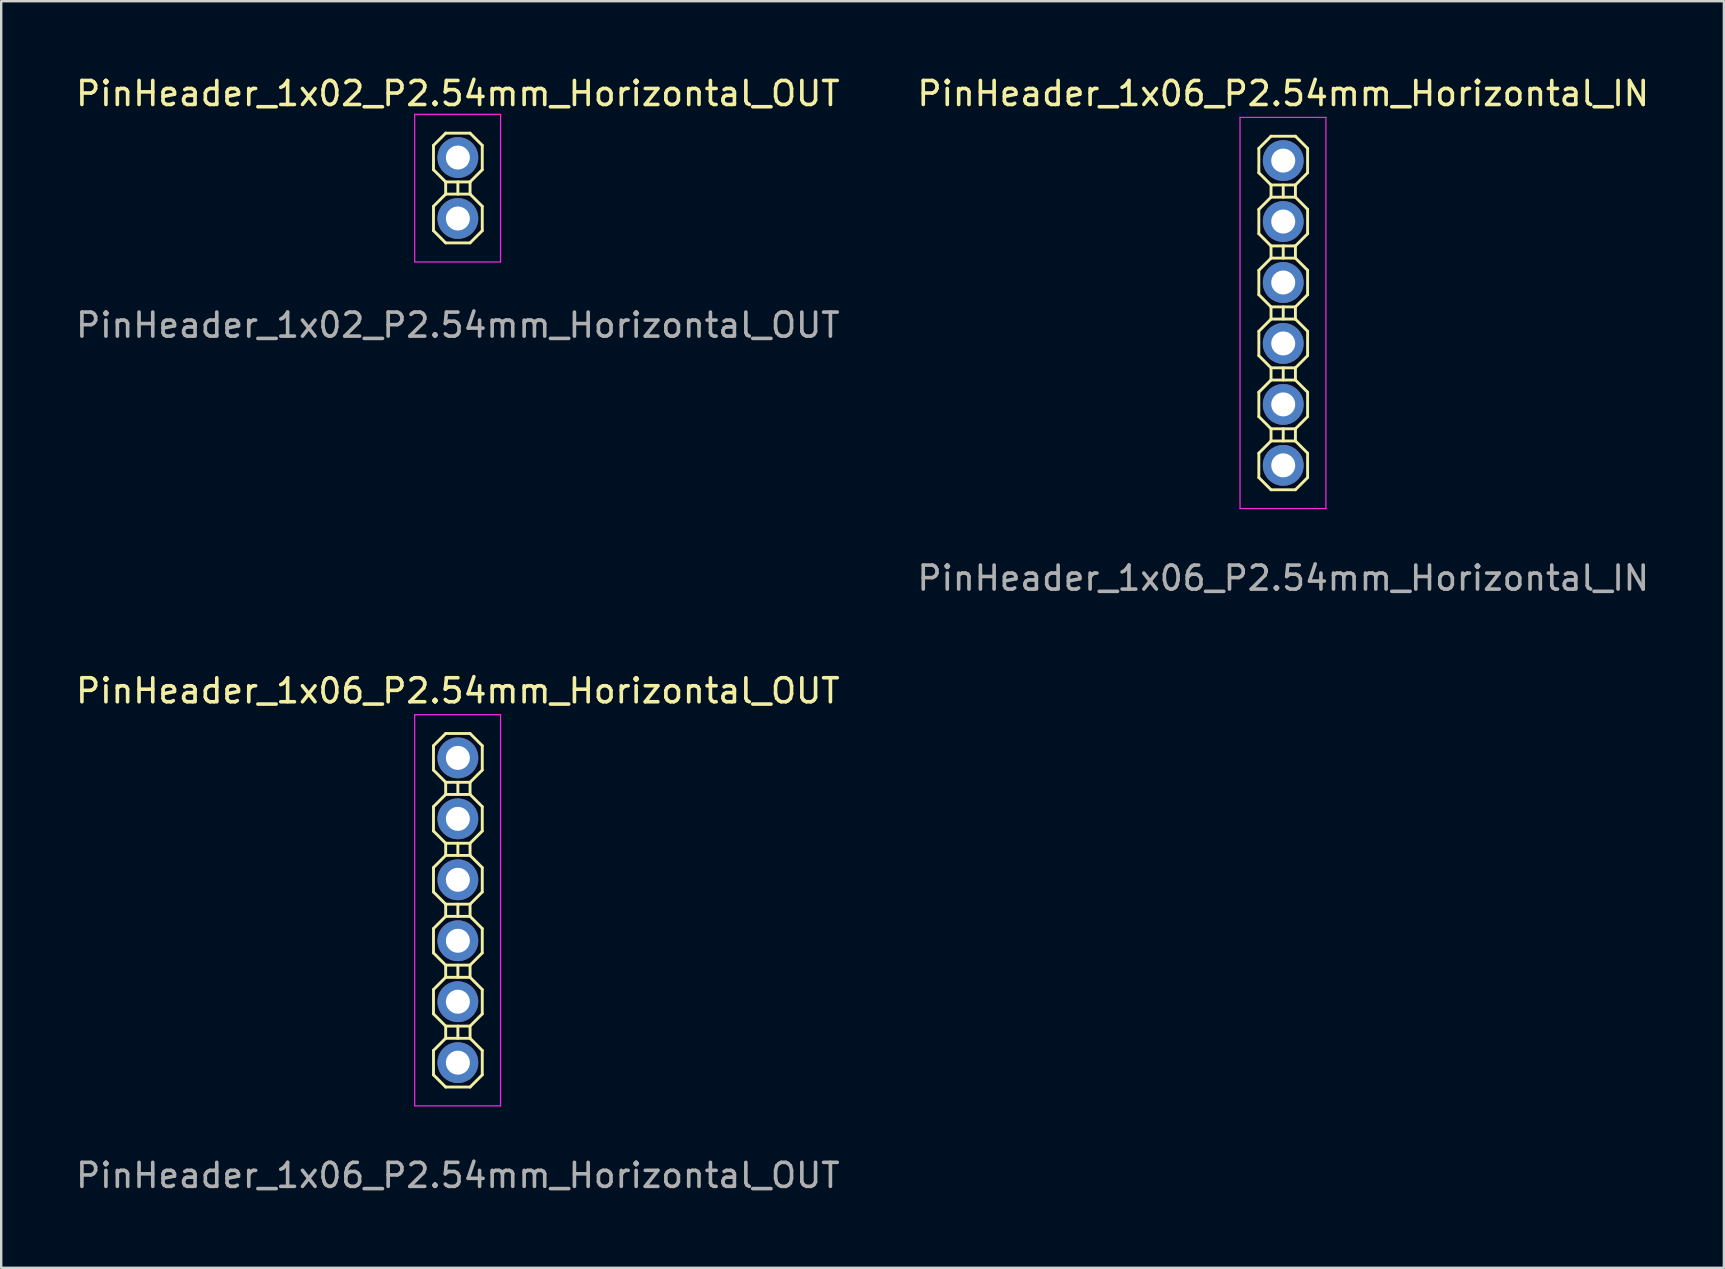
<source format=kicad_pcb>
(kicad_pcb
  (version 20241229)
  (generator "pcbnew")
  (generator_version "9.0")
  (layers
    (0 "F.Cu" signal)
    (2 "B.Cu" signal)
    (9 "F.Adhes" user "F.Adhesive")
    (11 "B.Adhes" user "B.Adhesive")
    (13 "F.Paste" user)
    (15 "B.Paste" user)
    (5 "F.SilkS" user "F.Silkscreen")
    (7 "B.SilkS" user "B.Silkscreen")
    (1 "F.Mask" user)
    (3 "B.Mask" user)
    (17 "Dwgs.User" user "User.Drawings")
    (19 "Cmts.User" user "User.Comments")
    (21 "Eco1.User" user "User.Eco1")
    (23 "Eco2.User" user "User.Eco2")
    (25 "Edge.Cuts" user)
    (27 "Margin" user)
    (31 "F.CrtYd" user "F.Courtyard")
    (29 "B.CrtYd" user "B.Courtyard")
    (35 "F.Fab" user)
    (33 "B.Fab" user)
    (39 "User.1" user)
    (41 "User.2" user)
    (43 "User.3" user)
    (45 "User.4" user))
  (footprint "PinHeader_1x06_P2.54mm_Horizontal_OUT"
    (layer "F.Cu")
    (at 16.03 28.532)
    (property "Reference" "PinHeader_1x06_P2.54mm_Horizontal_OUT" (at 0 -2.794 0) (layer "F.SilkS") (effects (font (size 1 1) (thickness 0.15))))
    (attr through_hole)
    (fp_line (start -1.016 -0.508) (end -0.508 -1.016) (stroke (width 0.12) (type solid)) (layer "F.SilkS"))
    (fp_line (start -1.016 0.508) (end -1.016 -0.508) (stroke (width 0.12) (type solid)) (layer "F.SilkS"))
    (fp_line (start -1.016 2.032) (end -0.508 1.524) (stroke (width 0.12) (type solid)) (layer "F.SilkS"))
    (fp_line (start -1.016 3.048) (end -1.016 2.032) (stroke (width 0.12) (type solid)) (layer "F.SilkS"))
    (fp_line (start -1.016 4.572) (end -0.508 4.064) (stroke (width 0.12) (type solid)) (layer "F.SilkS"))
    (fp_line (start -1.016 5.588) (end -1.016 4.572) (stroke (width 0.12) (type solid)) (layer "F.SilkS"))
    (fp_line (start -1.016 7.112) (end -0.508 6.604) (stroke (width 0.12) (type solid)) (layer "F.SilkS"))
    (fp_line (start -1.016 8.128) (end -1.016 7.112) (stroke (width 0.12) (type solid)) (layer "F.SilkS"))
    (fp_line (start -1.016 9.652) (end -0.508 9.144) (stroke (width 0.12) (type solid)) (layer "F.SilkS"))
    (fp_line (start -1.016 10.668) (end -1.016 9.652) (stroke (width 0.12) (type solid)) (layer "F.SilkS"))
    (fp_line (start -1.016 12.192) (end -0.508 11.684) (stroke (width 0.12) (type solid)) (layer "F.SilkS"))
    (fp_line (start -1.016 13.208) (end -1.016 12.192) (stroke (width 0.12) (type solid)) (layer "F.SilkS"))
    (fp_line (start -0.508 -1.016) (end 0.508 -1.016) (stroke (width 0.12) (type solid)) (layer "F.SilkS"))
    (fp_line (start -0.508 1.016) (end -1.016 0.508) (stroke (width 0.12) (type solid)) (layer "F.SilkS"))
    (fp_line (start -0.508 1.524) (end -0.508 1.016) (stroke (width 0.12) (type solid)) (layer "F.SilkS"))
    (fp_line (start -0.508 1.524) (end 0.508 1.524) (stroke (width 0.12) (type solid)) (layer "F.SilkS"))
    (fp_line (start -0.508 3.556) (end -1.016 3.048) (stroke (width 0.12) (type solid)) (layer "F.SilkS"))
    (fp_line (start -0.508 4.064) (end -0.508 3.556) (stroke (width 0.12) (type solid)) (layer "F.SilkS"))
    (fp_line (start -0.508 4.064) (end 0.508 4.064) (stroke (width 0.12) (type solid)) (layer "F.SilkS"))
    (fp_line (start -0.508 6.096) (end -1.016 5.588) (stroke (width 0.12) (type solid)) (layer "F.SilkS"))
    (fp_line (start -0.508 6.604) (end -0.508 6.096) (stroke (width 0.12) (type solid)) (layer "F.SilkS"))
    (fp_line (start -0.508 6.604) (end 0.508 6.604) (stroke (width 0.12) (type solid)) (layer "F.SilkS"))
    (fp_line (start -0.508 8.636) (end -1.016 8.128) (stroke (width 0.12) (type solid)) (layer "F.SilkS"))
    (fp_line (start -0.508 9.144) (end -0.508 8.636) (stroke (width 0.12) (type solid)) (layer "F.SilkS"))
    (fp_line (start -0.508 9.144) (end 0.508 9.144) (stroke (width 0.12) (type solid)) (layer "F.SilkS"))
    (fp_line (start -0.508 11.176) (end -1.016 10.668) (stroke (width 0.12) (type solid)) (layer "F.SilkS"))
    (fp_line (start -0.508 11.684) (end -0.508 11.176) (stroke (width 0.12) (type solid)) (layer "F.SilkS"))
    (fp_line (start -0.508 11.684) (end 0.508 11.684) (stroke (width 0.12) (type solid)) (layer "F.SilkS"))
    (fp_line (start -0.508 13.716) (end -1.016 13.208) (stroke (width 0.12) (type solid)) (layer "F.SilkS"))
    (fp_line (start 0 1.016) (end 0 1.524) (stroke (width 0.12) (type solid)) (layer "F.SilkS"))
    (fp_line (start 0 3.556) (end 0 4.064) (stroke (width 0.12) (type solid)) (layer "F.SilkS"))
    (fp_line (start 0 6.096) (end 0 6.604) (stroke (width 0.12) (type solid)) (layer "F.SilkS"))
    (fp_line (start 0 8.636) (end 0 9.144) (stroke (width 0.12) (type solid)) (layer "F.SilkS"))
    (fp_line (start 0 11.684) (end 0 11.176) (stroke (width 0.12) (type solid)) (layer "F.SilkS"))
    (fp_line (start 0.508 -1.016) (end 1.016 -0.508) (stroke (width 0.12) (type solid)) (layer "F.SilkS"))
    (fp_line (start 0.508 1.016) (end -0.508 1.016) (stroke (width 0.12) (type solid)) (layer "F.SilkS"))
    (fp_line (start 0.508 1.016) (end 0.508 1.524) (stroke (width 0.12) (type solid)) (layer "F.SilkS"))
    (fp_line (start 0.508 1.524) (end 1.016 2.032) (stroke (width 0.12) (type solid)) (layer "F.SilkS"))
    (fp_line (start 0.508 3.556) (end -0.508 3.556) (stroke (width 0.12) (type solid)) (layer "F.SilkS"))
    (fp_line (start 0.508 4.064) (end 0.508 3.556) (stroke (width 0.12) (type solid)) (layer "F.SilkS"))
    (fp_line (start 0.508 4.064) (end 1.016 4.572) (stroke (width 0.12) (type solid)) (layer "F.SilkS"))
    (fp_line (start 0.508 6.096) (end -0.508 6.096) (stroke (width 0.12) (type solid)) (layer "F.SilkS"))
    (fp_line (start 0.508 6.096) (end 0.508 6.604) (stroke (width 0.12) (type solid)) (layer "F.SilkS"))
    (fp_line (start 0.508 6.604) (end 1.016 7.112) (stroke (width 0.12) (type solid)) (layer "F.SilkS"))
    (fp_line (start 0.508 8.636) (end -0.508 8.636) (stroke (width 0.12) (type solid)) (layer "F.SilkS"))
    (fp_line (start 0.508 8.636) (end 0.508 9.144) (stroke (width 0.12) (type solid)) (layer "F.SilkS"))
    (fp_line (start 0.508 9.144) (end 1.016 9.652) (stroke (width 0.12) (type solid)) (layer "F.SilkS"))
    (fp_line (start 0.508 11.176) (end -0.508 11.176) (stroke (width 0.12) (type solid)) (layer "F.SilkS"))
    (fp_line (start 0.508 11.684) (end 0.508 11.176) (stroke (width 0.12) (type solid)) (layer "F.SilkS"))
    (fp_line (start 0.508 11.684) (end 1.016 12.192) (stroke (width 0.12) (type solid)) (layer "F.SilkS"))
    (fp_line (start 0.508 13.716) (end -0.508 13.716) (stroke (width 0.12) (type solid)) (layer "F.SilkS"))
    (fp_line (start 1.016 -0.508) (end 1.016 0.508) (stroke (width 0.12) (type solid)) (layer "F.SilkS"))
    (fp_line (start 1.016 0.508) (end 0.508 1.016) (stroke (width 0.12) (type solid)) (layer "F.SilkS"))
    (fp_line (start 1.016 2.032) (end 1.016 3.048) (stroke (width 0.12) (type solid)) (layer "F.SilkS"))
    (fp_line (start 1.016 3.048) (end 0.508 3.556) (stroke (width 0.12) (type solid)) (layer "F.SilkS"))
    (fp_line (start 1.016 4.572) (end 1.016 5.588) (stroke (width 0.12) (type solid)) (layer "F.SilkS"))
    (fp_line (start 1.016 5.588) (end 0.508 6.096) (stroke (width 0.12) (type solid)) (layer "F.SilkS"))
    (fp_line (start 1.016 7.112) (end 1.016 8.128) (stroke (width 0.12) (type solid)) (layer "F.SilkS"))
    (fp_line (start 1.016 8.128) (end 0.508 8.636) (stroke (width 0.12) (type solid)) (layer "F.SilkS"))
    (fp_line (start 1.016 9.652) (end 1.016 10.668) (stroke (width 0.12) (type solid)) (layer "F.SilkS"))
    (fp_line (start 1.016 10.668) (end 0.508 11.176) (stroke (width 0.12) (type solid)) (layer "F.SilkS"))
    (fp_line (start 1.016 12.192) (end 1.016 13.208) (stroke (width 0.12) (type solid)) (layer "F.SilkS"))
    (fp_line (start 1.016 13.208) (end 0.508 13.716) (stroke (width 0.12) (type solid)) (layer "F.SilkS"))
    (fp_line (start -1.8 -1.8) (end -1.8 14.5) (stroke (width 0.05) (type solid)) (layer "F.CrtYd"))
    (fp_line (start -1.8 14.5) (end 1.778 14.5) (stroke (width 0.05) (type solid)) (layer "F.CrtYd"))
    (fp_line (start 1.778 -1.8) (end -1.8 -1.8) (stroke (width 0.05) (type solid)) (layer "F.CrtYd"))
    (fp_line (start 1.778 14.5) (end 1.778 -1.8) (stroke (width 0.05) (type solid)) (layer "F.CrtYd"))
    (fp_text user "${REFERENCE}" (at 0 17.399 180) (layer "F.Fab") (effects (font (size 1 1) (thickness 0.15))))
    (pad "1" thru_hole circle (at 0 0) (size 1.7 1.7) (drill 1) (layers "*.Cu" "*.Mask"))
    (pad "2" thru_hole oval (at 0 2.54) (size 1.7 1.7) (drill 1) (layers "*.Cu" "*.Mask"))
    (pad "3" thru_hole oval (at 0 5.08) (size 1.7 1.7) (drill 1) (layers "*.Cu" "*.Mask"))
    (pad "4" thru_hole oval (at 0 7.62) (size 1.7 1.7) (drill 1) (layers "*.Cu" "*.Mask"))
    (pad "5" thru_hole oval (at 0 10.16) (size 1.7 1.7) (drill 1) (layers "*.Cu" "*.Mask"))
    (pad "6" thru_hole oval (at 0 12.7) (size 1.7 1.7) (drill 1) (layers "*.Cu" "*.Mask")))
  (footprint "PinHeader_1x02_P2.54mm_Horizontal_OUT"
    (layer "F.Cu")
    (at 16.03 3.515)
    (property "Reference" "PinHeader_1x02_P2.54mm_Horizontal_OUT" (at 0 -2.667 0) (layer "F.SilkS") (effects (font (size 1 1) (thickness 0.15))))
    (attr through_hole)
    (fp_line (start -1.016 -0.508) (end -1.016 0.508) (stroke (width 0.12) (type solid)) (layer "F.SilkS"))
    (fp_line (start -1.016 -0.508) (end -0.508 -1.016) (stroke (width 0.12) (type solid)) (layer "F.SilkS"))
    (fp_line (start -1.016 2.032) (end -0.508 1.524) (stroke (width 0.12) (type solid)) (layer "F.SilkS"))
    (fp_line (start -1.016 3.048) (end -1.016 2.032) (stroke (width 0.12) (type solid)) (layer "F.SilkS"))
    (fp_line (start -0.508 -1.016) (end 0.508 -1.016) (stroke (width 0.12) (type solid)) (layer "F.SilkS"))
    (fp_line (start -0.508 1.016) (end -1.016 0.508) (stroke (width 0.12) (type solid)) (layer "F.SilkS"))
    (fp_line (start -0.508 1.016) (end -0.508 1.524) (stroke (width 0.12) (type solid)) (layer "F.SilkS"))
    (fp_line (start -0.508 1.016) (end 0.508 1.016) (stroke (width 0.12) (type solid)) (layer "F.SilkS"))
    (fp_line (start -0.508 1.524) (end 0.508 1.524) (stroke (width 0.12) (type solid)) (layer "F.SilkS"))
    (fp_line (start -0.508 3.556) (end -1.016 3.048) (stroke (width 0.12) (type solid)) (layer "F.SilkS"))
    (fp_line (start 0 1.016) (end 0 1.524) (stroke (width 0.12) (type solid)) (layer "F.SilkS"))
    (fp_line (start 0.508 1.016) (end 0.508 1.524) (stroke (width 0.12) (type solid)) (layer "F.SilkS"))
    (fp_line (start 0.508 1.524) (end 1.016 2.032) (stroke (width 0.12) (type solid)) (layer "F.SilkS"))
    (fp_line (start 0.508 3.556) (end -0.508 3.556) (stroke (width 0.12) (type solid)) (layer "F.SilkS"))
    (fp_line (start 1.016 -0.508) (end 0.508 -1.016) (stroke (width 0.12) (type solid)) (layer "F.SilkS"))
    (fp_line (start 1.016 -0.508) (end 1.016 0.508) (stroke (width 0.12) (type solid)) (layer "F.SilkS"))
    (fp_line (start 1.016 0.508) (end 0.508 1.016) (stroke (width 0.12) (type solid)) (layer "F.SilkS"))
    (fp_line (start 1.016 2.032) (end 1.016 3.048) (stroke (width 0.12) (type solid)) (layer "F.SilkS"))
    (fp_line (start 1.016 3.048) (end 0.508 3.556) (stroke (width 0.12) (type solid)) (layer "F.SilkS"))
    (fp_line (start -1.8 -1.8) (end -1.8 4.35) (stroke (width 0.05) (type solid)) (layer "F.CrtYd"))
    (fp_line (start -1.8 4.35) (end 1.778 4.35) (stroke (width 0.05) (type solid)) (layer "F.CrtYd"))
    (fp_line (start 1.778 -1.8) (end -1.8 -1.8) (stroke (width 0.05) (type solid)) (layer "F.CrtYd"))
    (fp_line (start 1.778 4.35) (end 1.778 -1.8) (stroke (width 0.05) (type solid)) (layer "F.CrtYd"))
    (fp_text user "${REFERENCE}" (at 0 6.985 180) (layer "F.Fab") (effects (font (size 1 1) (thickness 0.15))))
    (pad "1" thru_hole circle (at 0 0) (size 1.7 1.7) (drill 1) (layers "*.Cu" "*.Mask"))
    (pad "2" thru_hole oval (at 0 2.54) (size 1.7 1.7) (drill 1) (layers "*.Cu" "*.Mask")))
  (footprint "PinHeader_1x06_P2.54mm_Horizontal_IN"
    (layer "F.Cu")
    (at 50.423 3.642)
    (property "Reference" "PinHeader_1x06_P2.54mm_Horizontal_IN" (at 0 -2.794 0) (layer "F.SilkS") (effects (font (size 1 1) (thickness 0.15))))
    (attr through_hole)
    (fp_line (start -1.016 -0.508) (end -0.508 -1.016) (stroke (width 0.12) (type solid)) (layer "F.SilkS"))
    (fp_line (start -1.016 0.508) (end -1.016 -0.508) (stroke (width 0.12) (type solid)) (layer "F.SilkS"))
    (fp_line (start -1.016 2.032) (end -0.508 1.524) (stroke (width 0.12) (type solid)) (layer "F.SilkS"))
    (fp_line (start -1.016 3.048) (end -1.016 2.032) (stroke (width 0.12) (type solid)) (layer "F.SilkS"))
    (fp_line (start -1.016 4.572) (end -0.508 4.064) (stroke (width 0.12) (type solid)) (layer "F.SilkS"))
    (fp_line (start -1.016 5.588) (end -1.016 4.572) (stroke (width 0.12) (type solid)) (layer "F.SilkS"))
    (fp_line (start -1.016 7.112) (end -0.508 6.604) (stroke (width 0.12) (type solid)) (layer "F.SilkS"))
    (fp_line (start -1.016 8.128) (end -1.016 7.112) (stroke (width 0.12) (type solid)) (layer "F.SilkS"))
    (fp_line (start -1.016 9.652) (end -0.508 9.144) (stroke (width 0.12) (type solid)) (layer "F.SilkS"))
    (fp_line (start -1.016 10.668) (end -1.016 9.652) (stroke (width 0.12) (type solid)) (layer "F.SilkS"))
    (fp_line (start -1.016 12.192) (end -0.508 11.684) (stroke (width 0.12) (type solid)) (layer "F.SilkS"))
    (fp_line (start -1.016 13.208) (end -1.016 12.192) (stroke (width 0.12) (type solid)) (layer "F.SilkS"))
    (fp_line (start -0.508 -1.016) (end 0.508 -1.016) (stroke (width 0.12) (type solid)) (layer "F.SilkS"))
    (fp_line (start -0.508 1.016) (end -1.016 0.508) (stroke (width 0.12) (type solid)) (layer "F.SilkS"))
    (fp_line (start -0.508 1.524) (end -0.508 1.016) (stroke (width 0.12) (type solid)) (layer "F.SilkS"))
    (fp_line (start -0.508 1.524) (end 0.508 1.524) (stroke (width 0.12) (type solid)) (layer "F.SilkS"))
    (fp_line (start -0.508 3.556) (end -1.016 3.048) (stroke (width 0.12) (type solid)) (layer "F.SilkS"))
    (fp_line (start -0.508 4.064) (end -0.508 3.556) (stroke (width 0.12) (type solid)) (layer "F.SilkS"))
    (fp_line (start -0.508 4.064) (end 0.508 4.064) (stroke (width 0.12) (type solid)) (layer "F.SilkS"))
    (fp_line (start -0.508 6.096) (end -1.016 5.588) (stroke (width 0.12) (type solid)) (layer "F.SilkS"))
    (fp_line (start -0.508 6.604) (end -0.508 6.096) (stroke (width 0.12) (type solid)) (layer "F.SilkS"))
    (fp_line (start -0.508 6.604) (end 0.508 6.604) (stroke (width 0.12) (type solid)) (layer "F.SilkS"))
    (fp_line (start -0.508 8.636) (end -1.016 8.128) (stroke (width 0.12) (type solid)) (layer "F.SilkS"))
    (fp_line (start -0.508 9.144) (end -0.508 8.636) (stroke (width 0.12) (type solid)) (layer "F.SilkS"))
    (fp_line (start -0.508 9.144) (end 0.508 9.144) (stroke (width 0.12) (type solid)) (layer "F.SilkS"))
    (fp_line (start -0.508 11.176) (end -1.016 10.668) (stroke (width 0.12) (type solid)) (layer "F.SilkS"))
    (fp_line (start -0.508 11.684) (end -0.508 11.176) (stroke (width 0.12) (type solid)) (layer "F.SilkS"))
    (fp_line (start -0.508 11.684) (end 0.508 11.684) (stroke (width 0.12) (type solid)) (layer "F.SilkS"))
    (fp_line (start -0.508 13.716) (end -1.016 13.208) (stroke (width 0.12) (type solid)) (layer "F.SilkS"))
    (fp_line (start 0 1.016) (end 0 1.524) (stroke (width 0.12) (type solid)) (layer "F.SilkS"))
    (fp_line (start 0 3.556) (end 0 4.064) (stroke (width 0.12) (type solid)) (layer "F.SilkS"))
    (fp_line (start 0 6.096) (end 0 6.604) (stroke (width 0.12) (type solid)) (layer "F.SilkS"))
    (fp_line (start 0 8.636) (end 0 9.144) (stroke (width 0.12) (type solid)) (layer "F.SilkS"))
    (fp_line (start 0 11.684) (end 0 11.176) (stroke (width 0.12) (type solid)) (layer "F.SilkS"))
    (fp_line (start 0.508 -1.016) (end 1.016 -0.508) (stroke (width 0.12) (type solid)) (layer "F.SilkS"))
    (fp_line (start 0.508 1.016) (end -0.508 1.016) (stroke (width 0.12) (type solid)) (layer "F.SilkS"))
    (fp_line (start 0.508 1.016) (end 0.508 1.524) (stroke (width 0.12) (type solid)) (layer "F.SilkS"))
    (fp_line (start 0.508 1.524) (end 1.016 2.032) (stroke (width 0.12) (type solid)) (layer "F.SilkS"))
    (fp_line (start 0.508 3.556) (end -0.508 3.556) (stroke (width 0.12) (type solid)) (layer "F.SilkS"))
    (fp_line (start 0.508 4.064) (end 0.508 3.556) (stroke (width 0.12) (type solid)) (layer "F.SilkS"))
    (fp_line (start 0.508 4.064) (end 1.016 4.572) (stroke (width 0.12) (type solid)) (layer "F.SilkS"))
    (fp_line (start 0.508 6.096) (end -0.508 6.096) (stroke (width 0.12) (type solid)) (layer "F.SilkS"))
    (fp_line (start 0.508 6.096) (end 0.508 6.604) (stroke (width 0.12) (type solid)) (layer "F.SilkS"))
    (fp_line (start 0.508 6.604) (end 1.016 7.112) (stroke (width 0.12) (type solid)) (layer "F.SilkS"))
    (fp_line (start 0.508 8.636) (end -0.508 8.636) (stroke (width 0.12) (type solid)) (layer "F.SilkS"))
    (fp_line (start 0.508 8.636) (end 0.508 9.144) (stroke (width 0.12) (type solid)) (layer "F.SilkS"))
    (fp_line (start 0.508 9.144) (end 1.016 9.652) (stroke (width 0.12) (type solid)) (layer "F.SilkS"))
    (fp_line (start 0.508 11.176) (end -0.508 11.176) (stroke (width 0.12) (type solid)) (layer "F.SilkS"))
    (fp_line (start 0.508 11.684) (end 0.508 11.176) (stroke (width 0.12) (type solid)) (layer "F.SilkS"))
    (fp_line (start 0.508 11.684) (end 1.016 12.192) (stroke (width 0.12) (type solid)) (layer "F.SilkS"))
    (fp_line (start 0.508 13.716) (end -0.508 13.716) (stroke (width 0.12) (type solid)) (layer "F.SilkS"))
    (fp_line (start 1.016 -0.508) (end 1.016 0.508) (stroke (width 0.12) (type solid)) (layer "F.SilkS"))
    (fp_line (start 1.016 0.508) (end 0.508 1.016) (stroke (width 0.12) (type solid)) (layer "F.SilkS"))
    (fp_line (start 1.016 2.032) (end 1.016 3.048) (stroke (width 0.12) (type solid)) (layer "F.SilkS"))
    (fp_line (start 1.016 3.048) (end 0.508 3.556) (stroke (width 0.12) (type solid)) (layer "F.SilkS"))
    (fp_line (start 1.016 4.572) (end 1.016 5.588) (stroke (width 0.12) (type solid)) (layer "F.SilkS"))
    (fp_line (start 1.016 5.588) (end 0.508 6.096) (stroke (width 0.12) (type solid)) (layer "F.SilkS"))
    (fp_line (start 1.016 7.112) (end 1.016 8.128) (stroke (width 0.12) (type solid)) (layer "F.SilkS"))
    (fp_line (start 1.016 8.128) (end 0.508 8.636) (stroke (width 0.12) (type solid)) (layer "F.SilkS"))
    (fp_line (start 1.016 9.652) (end 1.016 10.668) (stroke (width 0.12) (type solid)) (layer "F.SilkS"))
    (fp_line (start 1.016 10.668) (end 0.508 11.176) (stroke (width 0.12) (type solid)) (layer "F.SilkS"))
    (fp_line (start 1.016 12.192) (end 1.016 13.208) (stroke (width 0.12) (type solid)) (layer "F.SilkS"))
    (fp_line (start 1.016 13.208) (end 0.508 13.716) (stroke (width 0.12) (type solid)) (layer "F.SilkS"))
    (fp_line (start -1.8 -1.8) (end -1.8 14.5) (stroke (width 0.05) (type solid)) (layer "F.CrtYd"))
    (fp_line (start -1.8 14.5) (end 1.778 14.5) (stroke (width 0.05) (type solid)) (layer "F.CrtYd"))
    (fp_line (start 1.778 -1.8) (end -1.8 -1.8) (stroke (width 0.05) (type solid)) (layer "F.CrtYd"))
    (fp_line (start 1.778 14.5) (end 1.778 -1.8) (stroke (width 0.05) (type solid)) (layer "F.CrtYd"))
    (fp_text user "${REFERENCE}" (at 0 17.399 180) (layer "F.Fab") (effects (font (size 1 1) (thickness 0.15))))
    (pad "1" thru_hole circle (at 0 0) (size 1.7 1.7) (drill 1) (layers "*.Cu" "*.Mask"))
    (pad "2" thru_hole oval (at 0 2.54) (size 1.7 1.7) (drill 1) (layers "*.Cu" "*.Mask"))
    (pad "3" thru_hole oval (at 0 5.08) (size 1.7 1.7) (drill 1) (layers "*.Cu" "*.Mask"))
    (pad "4" thru_hole oval (at 0 7.62) (size 1.7 1.7) (drill 1) (layers "*.Cu" "*.Mask"))
    (pad "5" thru_hole oval (at 0 10.16) (size 1.7 1.7) (drill 1) (layers "*.Cu" "*.Mask"))
    (pad "6" thru_hole oval (at 0 12.7) (size 1.7 1.7) (drill 1) (layers "*.Cu" "*.Mask")))
  (gr_rect
    (start -3 -3)
    (end 68.786 49.779)
    (stroke (width 0.1) (type default))
    (fill no)
    (layer "Edge.Cuts")))
</source>
